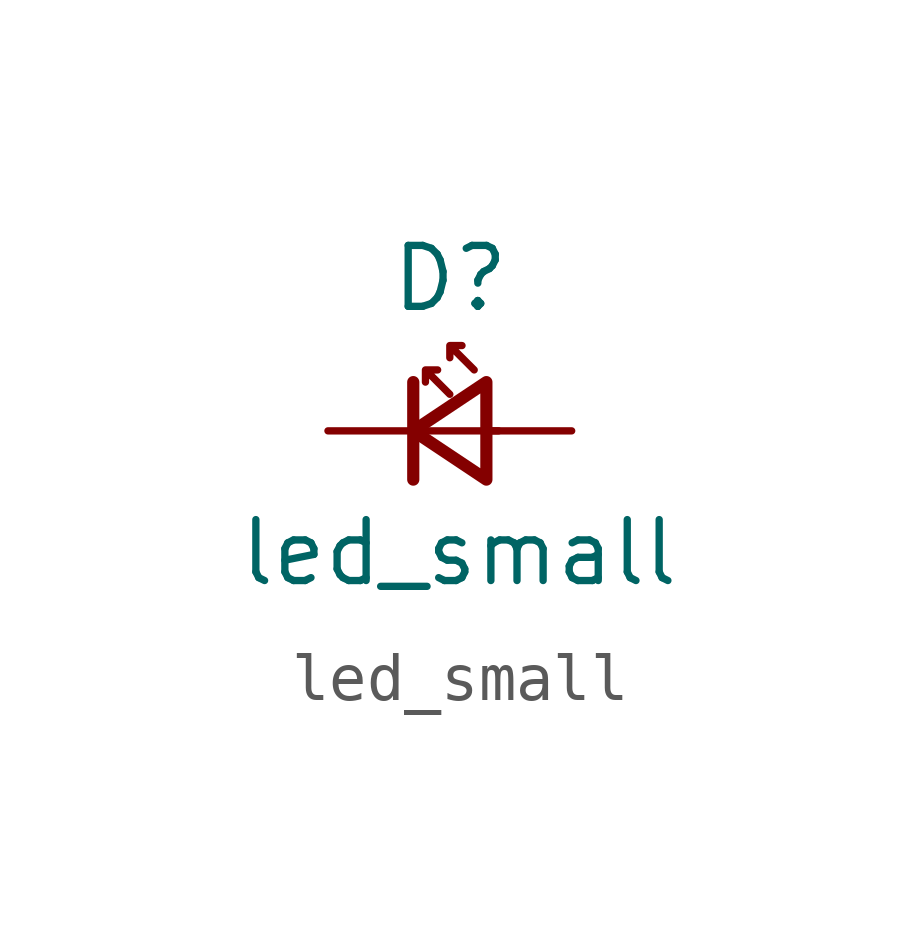
<source format=kicad_sym>
(kicad_symbol_lib
  (version 20241209)
  (generator "kicad_symbol_editor")
  (generator_version "9.0")
  (symbol "led_small"
    (pin_numbers
      (hide yes))
    (pin_names
      (offset 0.254)
      (hide yes))
    (property "Reference" "D"
      (at -1.27 3.175 0)
      (effects (font (size 1.27 1.27)) (justify left)))
    (property "Value" "led_small"
      (at -4.445 -2.54 0)
      (effects (font (size 1.27 1.27)) (justify left)))
    (symbol "led_small_0_1"
      (polyline (pts (xy -0.762 -1.016) (xy -0.762 1.016)) (stroke (width 0.254) (type default)) (fill (type none)))
      (polyline (pts (xy 0 0.762) (xy -0.508 1.27) (xy -0.254 1.27) (xy -0.508 1.27) (xy -0.508 1.016)) (stroke (width 0) (type default)) (fill (type none)))
      (polyline (pts (xy 0.508 1.27) (xy 0 1.778) (xy 0.254 1.778) (xy 0 1.778) (xy 0 1.524)) (stroke (width 0) (type default)) (fill (type none)))
      (polyline (pts (xy 0.762 -1.016) (xy -0.762 0) (xy 0.762 1.016) (xy 0.762 -1.016)) (stroke (width 0.254) (type default)) (fill (type none)))
      (polyline (pts (xy 1.016 0) (xy -0.762 0)) (stroke (width 0) (type default)) (fill (type none))))
    (symbol "led_small_1_1"
      (pin passive line (at -2.54 0 0) (length 1.778) (name "K" (effects (font (size 1.27 1.27)))) (number "1" (effects (font (size 1.27 1.27)))))
      (pin passive line (at 2.54 0 180) (length 1.778) (name "A" (effects (font (size 1.27 1.27)))) (number "2" (effects (font (size 1.27 1.27))))))))
</source>
